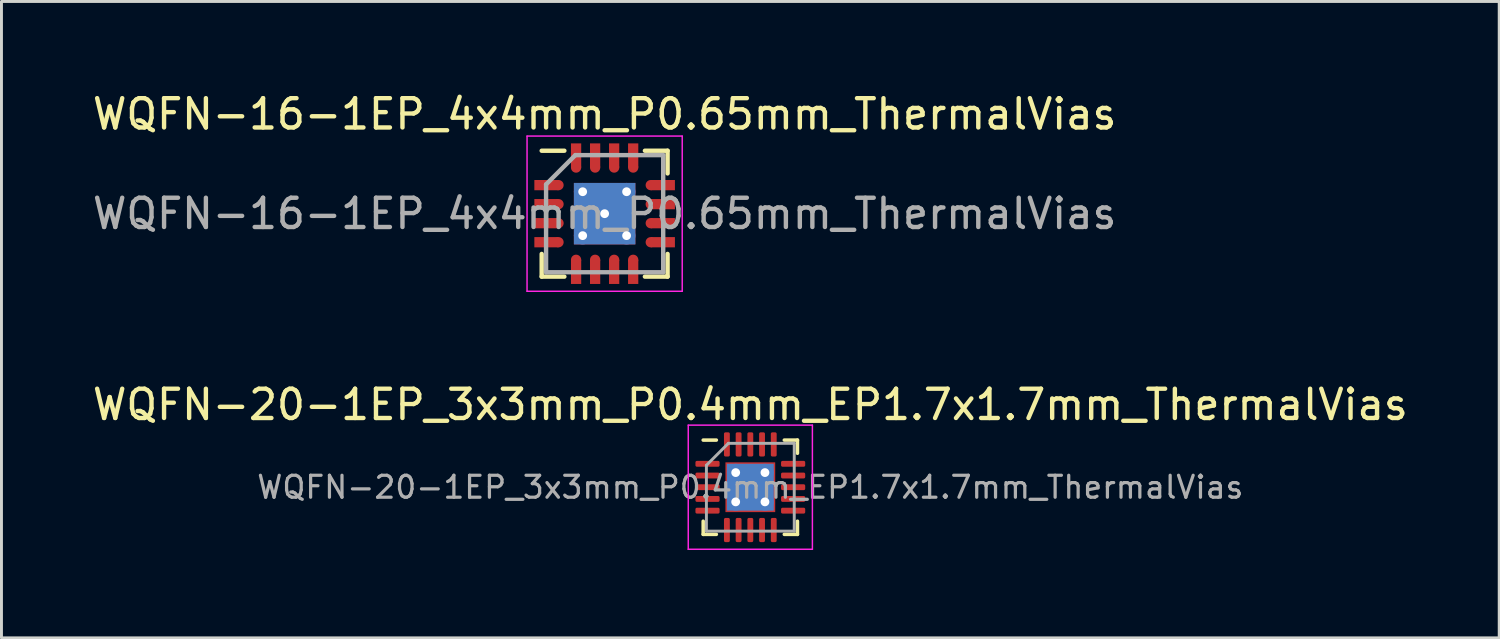
<source format=kicad_pcb>
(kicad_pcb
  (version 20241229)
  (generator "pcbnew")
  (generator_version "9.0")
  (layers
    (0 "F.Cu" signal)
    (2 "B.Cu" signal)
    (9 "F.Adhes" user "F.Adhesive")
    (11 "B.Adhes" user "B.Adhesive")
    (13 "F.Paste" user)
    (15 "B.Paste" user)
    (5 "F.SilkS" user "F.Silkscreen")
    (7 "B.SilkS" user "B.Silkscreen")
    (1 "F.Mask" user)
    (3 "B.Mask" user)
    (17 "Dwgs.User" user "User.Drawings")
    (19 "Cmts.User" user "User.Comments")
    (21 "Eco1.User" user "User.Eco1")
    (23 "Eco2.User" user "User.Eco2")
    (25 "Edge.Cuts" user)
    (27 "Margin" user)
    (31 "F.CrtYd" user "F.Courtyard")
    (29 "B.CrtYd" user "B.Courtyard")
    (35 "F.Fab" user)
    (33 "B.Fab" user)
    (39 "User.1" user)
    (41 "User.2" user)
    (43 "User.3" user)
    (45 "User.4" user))
  (footprint "WQFN-20-1EP_3x3mm_P0.4mm_EP1.7x1.7mm_ThermalVias"
    (layer "F.Cu")
    (at 22.577 13.591)
    (property "Reference" "WQFN-20-1EP_3x3mm_P0.4mm_EP1.7x1.7mm_ThermalVias" (at 0 -2.82 0) (layer "F.SilkS") (effects (font (size 1 1) (thickness 0.15))))
    (attr smd)
    (fp_line (start -1.61 1.61) (end -1.61 1.16) (stroke (width 0.12) (type solid)) (layer "F.SilkS"))
    (fp_line (start -1.16 -1.61) (end -1.61 -1.61) (stroke (width 0.12) (type solid)) (layer "F.SilkS"))
    (fp_line (start -1.16 1.61) (end -1.61 1.61) (stroke (width 0.12) (type solid)) (layer "F.SilkS"))
    (fp_line (start 1.16 -1.61) (end 1.61 -1.61) (stroke (width 0.12) (type solid)) (layer "F.SilkS"))
    (fp_line (start 1.16 1.61) (end 1.61 1.61) (stroke (width 0.12) (type solid)) (layer "F.SilkS"))
    (fp_line (start 1.61 -1.61) (end 1.61 -1.16) (stroke (width 0.12) (type solid)) (layer "F.SilkS"))
    (fp_line (start 1.61 1.61) (end 1.61 1.16) (stroke (width 0.12) (type solid)) (layer "F.SilkS"))
    (fp_line (start -2.12 -2.12) (end -2.12 2.12) (stroke (width 0.05) (type solid)) (layer "F.CrtYd"))
    (fp_line (start -2.12 2.12) (end 2.12 2.12) (stroke (width 0.05) (type solid)) (layer "F.CrtYd"))
    (fp_line (start 2.12 -2.12) (end -2.12 -2.12) (stroke (width 0.05) (type solid)) (layer "F.CrtYd"))
    (fp_line (start 2.12 2.12) (end 2.12 -2.12) (stroke (width 0.05) (type solid)) (layer "F.CrtYd"))
    (fp_line (start -1.5 -0.75) (end -0.75 -1.5) (stroke (width 0.1) (type solid)) (layer "F.Fab"))
    (fp_line (start -1.5 1.5) (end -1.5 -0.75) (stroke (width 0.1) (type solid)) (layer "F.Fab"))
    (fp_line (start -0.75 -1.5) (end 1.5 -1.5) (stroke (width 0.1) (type solid)) (layer "F.Fab"))
    (fp_line (start 1.5 -1.5) (end 1.5 1.5) (stroke (width 0.1) (type solid)) (layer "F.Fab"))
    (fp_line (start 1.5 1.5) (end -1.5 1.5) (stroke (width 0.1) (type solid)) (layer "F.Fab"))
    (fp_text user "${REFERENCE}" (at 0 0 0) (layer "F.Fab") (effects (font (size 0.75 0.75) (thickness 0.11))))
    (pad "" smd roundrect (at -0.425 -0.425) (size 0.69 0.69) (layers "F.Paste") (roundrect_rratio 0.25))
    (pad "" smd roundrect (at -0.425 0.425) (size 0.69 0.69) (layers "F.Paste") (roundrect_rratio 0.25))
    (pad "" smd roundrect (at 0.425 -0.425) (size 0.69 0.69) (layers "F.Paste") (roundrect_rratio 0.25))
    (pad "" smd roundrect (at 0.425 0.425) (size 0.69 0.69) (layers "F.Paste") (roundrect_rratio 0.25))
    (pad "1" smd roundrect (at -1.462 -0.8) (size 0.825 0.2) (layers "F.Cu" "F.Mask" "F.Paste") (roundrect_rratio 0.25))
    (pad "2" smd roundrect (at -1.462 -0.4) (size 0.825 0.2) (layers "F.Cu" "F.Mask" "F.Paste") (roundrect_rratio 0.25))
    (pad "3" smd roundrect (at -1.462 0) (size 0.825 0.2) (layers "F.Cu" "F.Mask" "F.Paste") (roundrect_rratio 0.25))
    (pad "4" smd roundrect (at -1.462 0.4) (size 0.825 0.2) (layers "F.Cu" "F.Mask" "F.Paste") (roundrect_rratio 0.25))
    (pad "5" smd roundrect (at -1.462 0.8) (size 0.825 0.2) (layers "F.Cu" "F.Mask" "F.Paste") (roundrect_rratio 0.25))
    (pad "6" smd roundrect (at -0.8 1.462) (size 0.2 0.825) (layers "F.Cu" "F.Mask" "F.Paste") (roundrect_rratio 0.25))
    (pad "7" smd roundrect (at -0.4 1.462) (size 0.2 0.825) (layers "F.Cu" "F.Mask" "F.Paste") (roundrect_rratio 0.25))
    (pad "8" smd roundrect (at 0 1.462) (size 0.2 0.825) (layers "F.Cu" "F.Mask" "F.Paste") (roundrect_rratio 0.25))
    (pad "9" smd roundrect (at 0.4 1.462) (size 0.2 0.825) (layers "F.Cu" "F.Mask" "F.Paste") (roundrect_rratio 0.25))
    (pad "10" smd roundrect (at 0.8 1.462) (size 0.2 0.825) (layers "F.Cu" "F.Mask" "F.Paste") (roundrect_rratio 0.25))
    (pad "11" smd roundrect (at 1.462 0.8) (size 0.825 0.2) (layers "F.Cu" "F.Mask" "F.Paste") (roundrect_rratio 0.25))
    (pad "12" smd roundrect (at 1.462 0.4) (size 0.825 0.2) (layers "F.Cu" "F.Mask" "F.Paste") (roundrect_rratio 0.25))
    (pad "13" smd roundrect (at 1.462 0) (size 0.825 0.2) (layers "F.Cu" "F.Mask" "F.Paste") (roundrect_rratio 0.25))
    (pad "14" smd roundrect (at 1.462 -0.4) (size 0.825 0.2) (layers "F.Cu" "F.Mask" "F.Paste") (roundrect_rratio 0.25))
    (pad "15" smd roundrect (at 1.462 -0.8) (size 0.825 0.2) (layers "F.Cu" "F.Mask" "F.Paste") (roundrect_rratio 0.25))
    (pad "16" smd roundrect (at 0.8 -1.462) (size 0.2 0.825) (layers "F.Cu" "F.Mask" "F.Paste") (roundrect_rratio 0.25))
    (pad "17" smd roundrect (at 0.4 -1.462) (size 0.2 0.825) (layers "F.Cu" "F.Mask" "F.Paste") (roundrect_rratio 0.25))
    (pad "18" smd roundrect (at 0 -1.462) (size 0.2 0.825) (layers "F.Cu" "F.Mask" "F.Paste") (roundrect_rratio 0.25))
    (pad "19" smd roundrect (at -0.4 -1.462) (size 0.2 0.825) (layers "F.Cu" "F.Mask" "F.Paste") (roundrect_rratio 0.25))
    (pad "20" smd roundrect (at -0.8 -1.462) (size 0.2 0.825) (layers "F.Cu" "F.Mask" "F.Paste") (roundrect_rratio 0.25))
    (pad "21" thru_hole circle (at -0.5 -0.5) (size 0.6 0.6) (drill 0.3) (layers "*.Cu"))
    (pad "21" thru_hole circle (at -0.5 0.5) (size 0.6 0.6) (drill 0.3) (layers "*.Cu"))
    (pad "21" smd rect (at 0 0) (size 1.6 1.6) (layers "B.Cu"))
    (pad "21" smd rect (at 0 0) (size 1.7 1.7) (layers "F.Cu" "F.Mask"))
    (pad "21" thru_hole circle (at 0.5 -0.5) (size 0.6 0.6) (drill 0.3) (layers "*.Cu"))
    (pad "21" thru_hole circle (at 0.5 0.5) (size 0.6 0.6) (drill 0.3) (layers "*.Cu")))
  (footprint "WQFN-16-1EP_4x4mm_P0.65mm_ThermalVias"
    (layer "F.Cu")
    (at 17.601 4.248)
    (property "Reference" "WQFN-16-1EP_4x4mm_P0.65mm_ThermalVias" (at 0 -3.4 0) (layer "F.SilkS") (effects (font (size 1 1) (thickness 0.15))))
    (attr smd)
    (fp_line (start -2.15 -2.15) (end -1.375 -2.15) (stroke (width 0.15) (type solid)) (layer "F.SilkS"))
    (fp_line (start -2.15 2.15) (end -2.15 1.375) (stroke (width 0.15) (type solid)) (layer "F.SilkS"))
    (fp_line (start -2.15 2.15) (end -1.375 2.15) (stroke (width 0.15) (type solid)) (layer "F.SilkS"))
    (fp_line (start 2.15 -2.15) (end 1.375 -2.15) (stroke (width 0.15) (type solid)) (layer "F.SilkS"))
    (fp_line (start 2.15 -2.15) (end 2.15 -1.375) (stroke (width 0.15) (type solid)) (layer "F.SilkS"))
    (fp_line (start 2.15 2.15) (end 1.375 2.15) (stroke (width 0.15) (type solid)) (layer "F.SilkS"))
    (fp_line (start 2.15 2.15) (end 2.15 1.375) (stroke (width 0.15) (type solid)) (layer "F.SilkS"))
    (fp_line (start -2.65 -2.65) (end -2.65 2.65) (stroke (width 0.05) (type solid)) (layer "F.CrtYd"))
    (fp_line (start -2.65 -2.65) (end 2.65 -2.65) (stroke (width 0.05) (type solid)) (layer "F.CrtYd"))
    (fp_line (start -2.65 2.65) (end 2.65 2.65) (stroke (width 0.05) (type solid)) (layer "F.CrtYd"))
    (fp_line (start 2.65 -2.65) (end 2.65 2.65) (stroke (width 0.05) (type solid)) (layer "F.CrtYd"))
    (fp_line (start -2 -1) (end -1 -2) (stroke (width 0.15) (type solid)) (layer "F.Fab"))
    (fp_line (start -2 2) (end -2 -1) (stroke (width 0.15) (type solid)) (layer "F.Fab"))
    (fp_line (start -1 -2) (end 2 -2) (stroke (width 0.15) (type solid)) (layer "F.Fab"))
    (fp_line (start 2 -2) (end 2 2) (stroke (width 0.15) (type solid)) (layer "F.Fab"))
    (fp_line (start 2 2) (end -2 2) (stroke (width 0.15) (type solid)) (layer "F.Fab"))
    (fp_text user "${REFERENCE}" (at 0 0 0) (layer "F.Fab") (effects (font (size 1 1) (thickness 0.15))))
    (pad "1" smd rect (at -1.988 -0.975) (size 0.825 0.35) (layers "F.Cu" "F.Mask" "F.Paste"))
    (pad "1" smd circle (at -1.575 -0.975) (size 0.35 0.35) (layers "F.Cu" "F.Mask" "F.Paste"))
    (pad "2" smd rect (at -1.988 -0.325) (size 0.825 0.35) (layers "F.Cu" "F.Mask" "F.Paste"))
    (pad "2" smd circle (at -1.575 -0.325) (size 0.35 0.35) (layers "F.Cu" "F.Mask" "F.Paste"))
    (pad "3" smd rect (at -1.988 0.325) (size 0.825 0.35) (layers "F.Cu" "F.Mask" "F.Paste"))
    (pad "3" smd circle (at -1.575 0.325) (size 0.35 0.35) (layers "F.Cu" "F.Mask" "F.Paste"))
    (pad "4" smd rect (at -1.988 0.975) (size 0.825 0.35) (layers "F.Cu" "F.Mask" "F.Paste"))
    (pad "4" smd circle (at -1.575 0.975) (size 0.35 0.35) (layers "F.Cu" "F.Mask" "F.Paste"))
    (pad "5" smd circle (at -0.975 1.575 90) (size 0.35 0.35) (layers "F.Cu" "F.Mask" "F.Paste"))
    (pad "5" smd rect (at -0.975 1.988 90) (size 0.825 0.35) (layers "F.Cu" "F.Mask" "F.Paste"))
    (pad "6" smd circle (at -0.325 1.575 90) (size 0.35 0.35) (layers "F.Cu" "F.Mask" "F.Paste"))
    (pad "6" smd rect (at -0.325 1.988 90) (size 0.825 0.35) (layers "F.Cu" "F.Mask" "F.Paste"))
    (pad "7" smd circle (at 0.325 1.575 90) (size 0.35 0.35) (layers "F.Cu" "F.Mask" "F.Paste"))
    (pad "7" smd rect (at 0.325 1.988 90) (size 0.825 0.35) (layers "F.Cu" "F.Mask" "F.Paste"))
    (pad "8" smd circle (at 0.975 1.575 90) (size 0.35 0.35) (layers "F.Cu" "F.Mask" "F.Paste"))
    (pad "8" smd rect (at 0.975 1.988 90) (size 0.825 0.35) (layers "F.Cu" "F.Mask" "F.Paste"))
    (pad "9" smd circle (at 1.575 0.975) (size 0.35 0.35) (layers "F.Cu" "F.Mask" "F.Paste"))
    (pad "9" smd rect (at 1.988 0.975) (size 0.825 0.35) (layers "F.Cu" "F.Mask" "F.Paste"))
    (pad "10" smd circle (at 1.575 0.325) (size 0.35 0.35) (layers "F.Cu" "F.Mask" "F.Paste"))
    (pad "10" smd rect (at 1.988 0.325) (size 0.825 0.35) (layers "F.Cu" "F.Mask" "F.Paste"))
    (pad "11" smd circle (at 1.575 -0.325) (size 0.35 0.35) (layers "F.Cu" "F.Mask" "F.Paste"))
    (pad "11" smd rect (at 1.988 -0.325) (size 0.825 0.35) (layers "F.Cu" "F.Mask" "F.Paste"))
    (pad "12" smd circle (at 1.575 -0.975) (size 0.35 0.35) (layers "F.Cu" "F.Mask" "F.Paste"))
    (pad "12" smd rect (at 1.988 -0.975) (size 0.825 0.35) (layers "F.Cu" "F.Mask" "F.Paste"))
    (pad "13" smd rect (at 0.975 -1.988 90) (size 0.825 0.35) (layers "F.Cu" "F.Mask" "F.Paste"))
    (pad "13" smd circle (at 0.975 -1.575 90) (size 0.35 0.35) (layers "F.Cu" "F.Mask" "F.Paste"))
    (pad "14" smd rect (at 0.325 -1.988 90) (size 0.825 0.35) (layers "F.Cu" "F.Mask" "F.Paste"))
    (pad "14" smd circle (at 0.325 -1.575 90) (size 0.35 0.35) (layers "F.Cu" "F.Mask" "F.Paste"))
    (pad "15" smd rect (at -0.325 -1.988 90) (size 0.825 0.35) (layers "F.Cu" "F.Mask" "F.Paste"))
    (pad "15" smd circle (at -0.325 -1.575 90) (size 0.35 0.35) (layers "F.Cu" "F.Mask" "F.Paste"))
    (pad "16" smd rect (at -0.975 -1.988 90) (size 0.825 0.35) (layers "F.Cu" "F.Mask" "F.Paste"))
    (pad "16" smd circle (at -0.975 -1.575 90) (size 0.35 0.35) (layers "F.Cu" "F.Mask" "F.Paste"))
    (pad "17" thru_hole circle (at -0.75 -0.75) (size 0.6 0.6) (drill 0.3) (layers "*.Cu" "F.Mask"))
    (pad "17" thru_hole circle (at -0.75 0.75) (size 0.6 0.6) (drill 0.3) (layers "*.Cu" "F.Mask"))
    (pad "17" thru_hole circle (at 0 0) (size 0.6 0.6) (drill 0.3) (layers "*.Cu" "F.Mask"))
    (pad "17" smd rect (at 0 0) (size 2.1 2.1) (layers "F.Cu" "F.Mask" "F.Paste"))
    (pad "17" smd rect (at 0 0) (size 2.1 2.1) (layers "B.Cu"))
    (pad "17" thru_hole circle (at 0.75 -0.75) (size 0.6 0.6) (drill 0.3) (layers "*.Cu" "F.Mask"))
    (pad "17" thru_hole circle (at 0.75 0.75) (size 0.6 0.6) (drill 0.3) (layers "*.Cu" "F.Mask")))
  (gr_rect
    (start -3 -3)
    (end 48.155 18.736)
    (stroke (width 0.1) (type default))
    (fill no)
    (layer "Edge.Cuts")))
</source>
